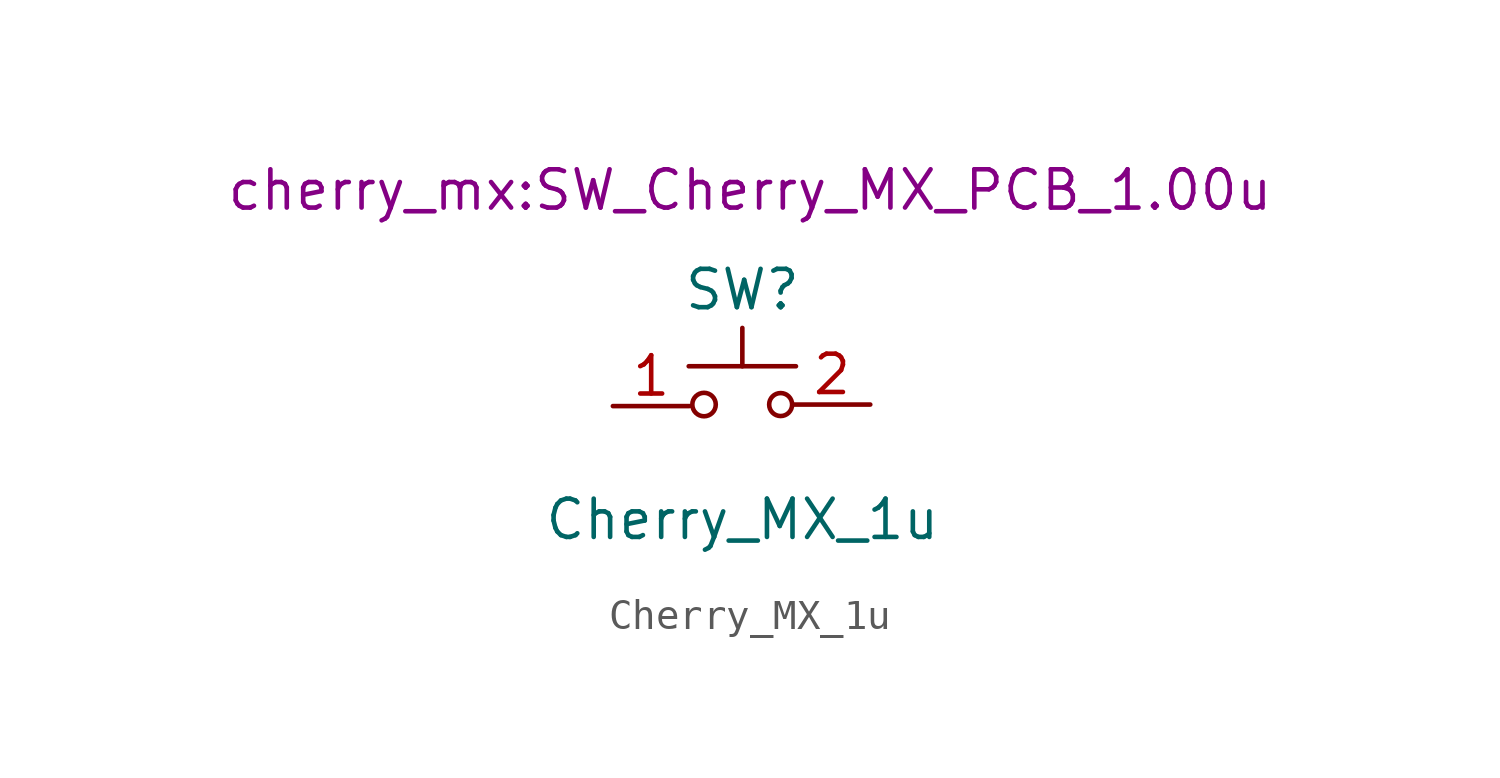
<source format=kicad_sym>
(kicad_symbol_lib
  (version 20211014)
  (generator kicad_symbol_editor)
  (symbol "Cherry_MX_1u"
    (property "Reference" "SW"
      (at 0 3.81 0)
      (effects (font (size 1.27 1.27))))
    (property "Value" "Cherry_MX_1u"
      (at 0 -3.81 0)
      (effects (font (size 1.27 1.27))))
    (property "Footprint" "cherry_mx:SW_Cherry_MX_PCB_1.00u"
      (at 0.254 7.112 0)
      (effects (font (size 1.27 1.27))))
    (symbol "Cherry_MX_1u_0_1"
      (circle (center -1.27 0) (radius 0.389) (stroke (width 0) (type default) (color 0 0 0 0)) (fill (type none)))
      (polyline (pts (xy -1.778 1.27) (xy 1.778 1.27)) (stroke (width 0) (type default) (color 0 0 0 0)) (fill (type none)))
      (polyline (pts (xy 0 1.27) (xy 0 2.54)) (stroke (width 0) (type default) (color 0 0 0 0)) (fill (type none)))
      (circle (center 1.27 0) (radius 0.381) (stroke (width 0) (type default) (color 0 0 0 0)) (fill (type none))))
    (symbol "Cherry_MX_1u_1_1"
      (pin input line (at -4.293 -0.051 0) (length 2.54) (name "" (effects (font (size 1.27 1.27)))) (number "1" (effects (font (size 1.27 1.27)))))
      (pin output line (at 4.242 0 180) (length 2.54) (name "" (effects (font (size 1.27 1.27)))) (number "2" (effects (font (size 1.27 1.27))))))))
</source>
